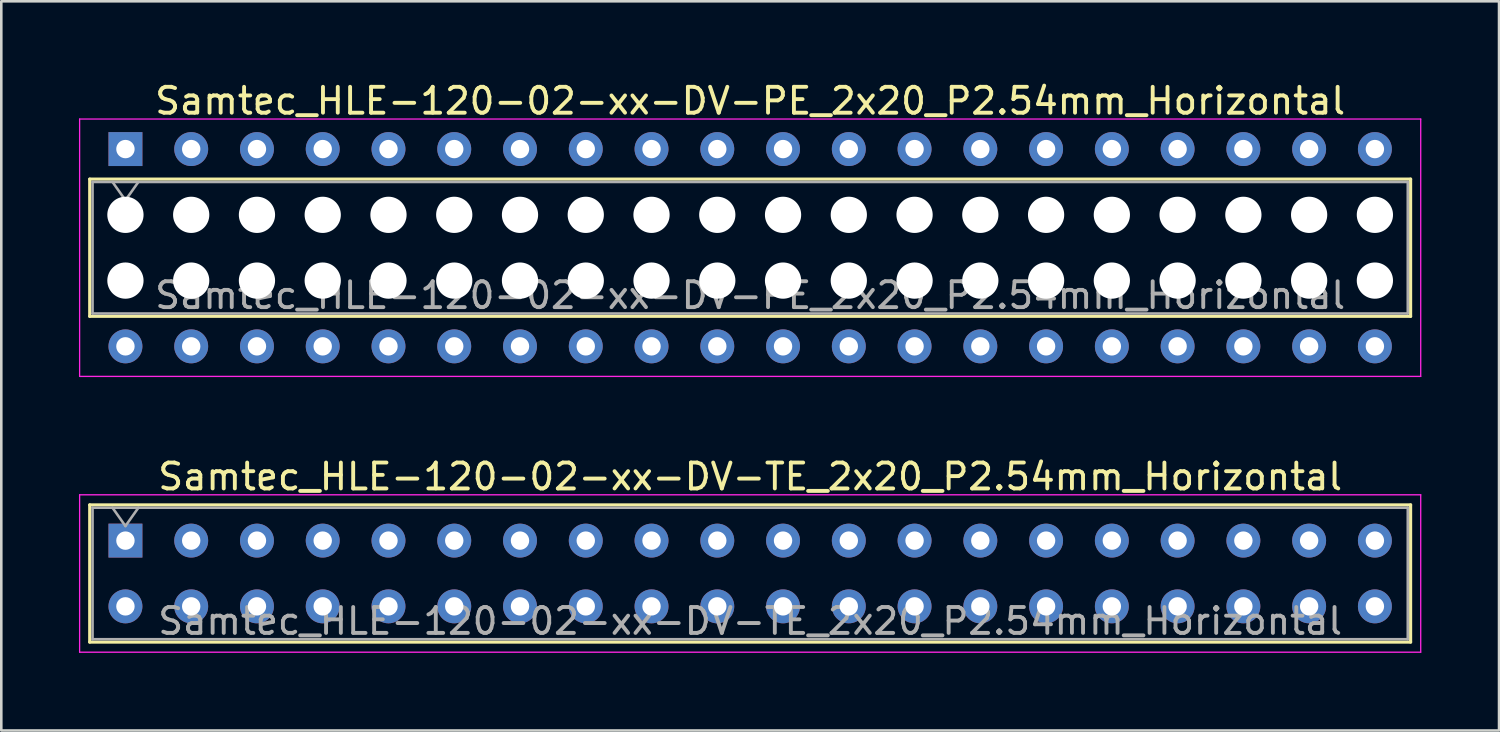
<source format=kicad_pcb>
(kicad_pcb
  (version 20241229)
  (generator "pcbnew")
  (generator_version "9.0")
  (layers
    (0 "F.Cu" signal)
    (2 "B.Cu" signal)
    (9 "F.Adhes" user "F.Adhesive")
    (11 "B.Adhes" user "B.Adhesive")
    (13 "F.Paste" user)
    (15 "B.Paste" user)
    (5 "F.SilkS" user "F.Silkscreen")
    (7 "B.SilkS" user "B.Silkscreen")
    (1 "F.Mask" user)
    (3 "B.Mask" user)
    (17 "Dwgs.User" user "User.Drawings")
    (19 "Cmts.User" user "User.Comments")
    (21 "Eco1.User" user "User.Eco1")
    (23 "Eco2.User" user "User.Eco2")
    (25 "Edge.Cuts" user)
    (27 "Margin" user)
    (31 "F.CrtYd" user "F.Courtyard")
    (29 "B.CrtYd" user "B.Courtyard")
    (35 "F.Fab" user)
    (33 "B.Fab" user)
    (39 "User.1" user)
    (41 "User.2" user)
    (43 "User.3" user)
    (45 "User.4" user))
  (footprint "Samtec_HLE-120-02-xx-DV-TE_2x20_P2.54mm_Horizontal"
    (layer "F.Cu")
    (at 1.795 17.831)
    (property "Reference" "Samtec_HLE-120-02-xx-DV-TE_2x20_P2.54mm_Horizontal" (at 24.13 -2.47 0) (layer "F.SilkS") (effects (font (size 1 1) (thickness 0.15))))
    (attr through_hole)
    (fp_line (start -1.38 -1.38) (end 49.64 -1.38) (stroke (width 0.12) (type solid)) (layer "F.SilkS"))
    (fp_line (start -1.38 3.92) (end -1.38 -1.38) (stroke (width 0.12) (type solid)) (layer "F.SilkS"))
    (fp_line (start 49.64 -1.38) (end 49.64 3.92) (stroke (width 0.12) (type solid)) (layer "F.SilkS"))
    (fp_line (start 49.64 3.92) (end -1.38 3.92) (stroke (width 0.12) (type solid)) (layer "F.SilkS"))
    (fp_line (start -1.77 -1.77) (end 50.03 -1.77) (stroke (width 0.05) (type solid)) (layer "F.CrtYd"))
    (fp_line (start -1.77 4.31) (end -1.77 -1.77) (stroke (width 0.05) (type solid)) (layer "F.CrtYd"))
    (fp_line (start 50.03 -1.77) (end 50.03 4.31) (stroke (width 0.05) (type solid)) (layer "F.CrtYd"))
    (fp_line (start 50.03 4.31) (end -1.77 4.31) (stroke (width 0.05) (type solid)) (layer "F.CrtYd"))
    (fp_line (start -1.27 -1.27) (end 49.53 -1.27) (stroke (width 0.1) (type solid)) (layer "F.Fab"))
    (fp_line (start -1.27 3.81) (end -1.27 -1.27) (stroke (width 0.1) (type solid)) (layer "F.Fab"))
    (fp_line (start -0.5 -1.27) (end 0 -0.563) (stroke (width 0.1) (type solid)) (layer "F.Fab"))
    (fp_line (start 0 -0.563) (end 0.5 -1.27) (stroke (width 0.1) (type solid)) (layer "F.Fab"))
    (fp_line (start 49.53 -1.27) (end 49.53 3.81) (stroke (width 0.1) (type solid)) (layer "F.Fab"))
    (fp_line (start 49.53 3.81) (end -1.27 3.81) (stroke (width 0.1) (type solid)) (layer "F.Fab"))
    (fp_text user "${REFERENCE}" (at 24.13 3.11 0) (layer "F.Fab") (effects (font (size 1 1) (thickness 0.15))))
    (pad "1" thru_hole rect (at 0 0) (size 1.31 1.31) (drill 0.71) (layers "*.Cu" "*.Mask"))
    (pad "2" thru_hole circle (at 0 2.54) (size 1.31 1.31) (drill 0.71) (layers "*.Cu" "*.Mask"))
    (pad "3" thru_hole circle (at 2.54 0) (size 1.31 1.31) (drill 0.71) (layers "*.Cu" "*.Mask"))
    (pad "4" thru_hole circle (at 2.54 2.54) (size 1.31 1.31) (drill 0.71) (layers "*.Cu" "*.Mask"))
    (pad "5" thru_hole circle (at 5.08 0) (size 1.31 1.31) (drill 0.71) (layers "*.Cu" "*.Mask"))
    (pad "6" thru_hole circle (at 5.08 2.54) (size 1.31 1.31) (drill 0.71) (layers "*.Cu" "*.Mask"))
    (pad "7" thru_hole circle (at 7.62 0) (size 1.31 1.31) (drill 0.71) (layers "*.Cu" "*.Mask"))
    (pad "8" thru_hole circle (at 7.62 2.54) (size 1.31 1.31) (drill 0.71) (layers "*.Cu" "*.Mask"))
    (pad "9" thru_hole circle (at 10.16 0) (size 1.31 1.31) (drill 0.71) (layers "*.Cu" "*.Mask"))
    (pad "10" thru_hole circle (at 10.16 2.54) (size 1.31 1.31) (drill 0.71) (layers "*.Cu" "*.Mask"))
    (pad "11" thru_hole circle (at 12.7 0) (size 1.31 1.31) (drill 0.71) (layers "*.Cu" "*.Mask"))
    (pad "12" thru_hole circle (at 12.7 2.54) (size 1.31 1.31) (drill 0.71) (layers "*.Cu" "*.Mask"))
    (pad "13" thru_hole circle (at 15.24 0) (size 1.31 1.31) (drill 0.71) (layers "*.Cu" "*.Mask"))
    (pad "14" thru_hole circle (at 15.24 2.54) (size 1.31 1.31) (drill 0.71) (layers "*.Cu" "*.Mask"))
    (pad "15" thru_hole circle (at 17.78 0) (size 1.31 1.31) (drill 0.71) (layers "*.Cu" "*.Mask"))
    (pad "16" thru_hole circle (at 17.78 2.54) (size 1.31 1.31) (drill 0.71) (layers "*.Cu" "*.Mask"))
    (pad "17" thru_hole circle (at 20.32 0) (size 1.31 1.31) (drill 0.71) (layers "*.Cu" "*.Mask"))
    (pad "18" thru_hole circle (at 20.32 2.54) (size 1.31 1.31) (drill 0.71) (layers "*.Cu" "*.Mask"))
    (pad "19" thru_hole circle (at 22.86 0) (size 1.31 1.31) (drill 0.71) (layers "*.Cu" "*.Mask"))
    (pad "20" thru_hole circle (at 22.86 2.54) (size 1.31 1.31) (drill 0.71) (layers "*.Cu" "*.Mask"))
    (pad "21" thru_hole circle (at 25.4 0) (size 1.31 1.31) (drill 0.71) (layers "*.Cu" "*.Mask"))
    (pad "22" thru_hole circle (at 25.4 2.54) (size 1.31 1.31) (drill 0.71) (layers "*.Cu" "*.Mask"))
    (pad "23" thru_hole circle (at 27.94 0) (size 1.31 1.31) (drill 0.71) (layers "*.Cu" "*.Mask"))
    (pad "24" thru_hole circle (at 27.94 2.54) (size 1.31 1.31) (drill 0.71) (layers "*.Cu" "*.Mask"))
    (pad "25" thru_hole circle (at 30.48 0) (size 1.31 1.31) (drill 0.71) (layers "*.Cu" "*.Mask"))
    (pad "26" thru_hole circle (at 30.48 2.54) (size 1.31 1.31) (drill 0.71) (layers "*.Cu" "*.Mask"))
    (pad "27" thru_hole circle (at 33.02 0) (size 1.31 1.31) (drill 0.71) (layers "*.Cu" "*.Mask"))
    (pad "28" thru_hole circle (at 33.02 2.54) (size 1.31 1.31) (drill 0.71) (layers "*.Cu" "*.Mask"))
    (pad "29" thru_hole circle (at 35.56 0) (size 1.31 1.31) (drill 0.71) (layers "*.Cu" "*.Mask"))
    (pad "30" thru_hole circle (at 35.56 2.54) (size 1.31 1.31) (drill 0.71) (layers "*.Cu" "*.Mask"))
    (pad "31" thru_hole circle (at 38.1 0) (size 1.31 1.31) (drill 0.71) (layers "*.Cu" "*.Mask"))
    (pad "32" thru_hole circle (at 38.1 2.54) (size 1.31 1.31) (drill 0.71) (layers "*.Cu" "*.Mask"))
    (pad "33" thru_hole circle (at 40.64 0) (size 1.31 1.31) (drill 0.71) (layers "*.Cu" "*.Mask"))
    (pad "34" thru_hole circle (at 40.64 2.54) (size 1.31 1.31) (drill 0.71) (layers "*.Cu" "*.Mask"))
    (pad "35" thru_hole circle (at 43.18 0) (size 1.31 1.31) (drill 0.71) (layers "*.Cu" "*.Mask"))
    (pad "36" thru_hole circle (at 43.18 2.54) (size 1.31 1.31) (drill 0.71) (layers "*.Cu" "*.Mask"))
    (pad "37" thru_hole circle (at 45.72 0) (size 1.31 1.31) (drill 0.71) (layers "*.Cu" "*.Mask"))
    (pad "38" thru_hole circle (at 45.72 2.54) (size 1.31 1.31) (drill 0.71) (layers "*.Cu" "*.Mask"))
    (pad "39" thru_hole circle (at 48.26 0) (size 1.31 1.31) (drill 0.71) (layers "*.Cu" "*.Mask"))
    (pad "40" thru_hole circle (at 48.26 2.54) (size 1.31 1.31) (drill 0.71) (layers "*.Cu" "*.Mask")))
  (footprint "Samtec_HLE-120-02-xx-DV-PE_2x20_P2.54mm_Horizontal"
    (layer "F.Cu")
    (at 1.795 2.708)
    (property "Reference" "Samtec_HLE-120-02-xx-DV-PE_2x20_P2.54mm_Horizontal" (at 24.13 -1.86 0) (layer "F.SilkS") (effects (font (size 1 1) (thickness 0.15))))
    (attr through_hole)
    (fp_line (start -1.38 1.16) (end 49.64 1.16) (stroke (width 0.12) (type solid)) (layer "F.SilkS"))
    (fp_line (start -1.38 6.46) (end -1.38 1.16) (stroke (width 0.12) (type solid)) (layer "F.SilkS"))
    (fp_line (start 49.64 1.16) (end 49.64 6.46) (stroke (width 0.12) (type solid)) (layer "F.SilkS"))
    (fp_line (start 49.64 6.46) (end -1.38 6.46) (stroke (width 0.12) (type solid)) (layer "F.SilkS"))
    (fp_line (start -1.77 -1.16) (end 50.03 -1.16) (stroke (width 0.05) (type solid)) (layer "F.CrtYd"))
    (fp_line (start -1.77 8.78) (end -1.77 -1.16) (stroke (width 0.05) (type solid)) (layer "F.CrtYd"))
    (fp_line (start 50.03 -1.16) (end 50.03 8.78) (stroke (width 0.05) (type solid)) (layer "F.CrtYd"))
    (fp_line (start 50.03 8.78) (end -1.77 8.78) (stroke (width 0.05) (type solid)) (layer "F.CrtYd"))
    (fp_line (start -1.27 1.27) (end 49.53 1.27) (stroke (width 0.1) (type solid)) (layer "F.Fab"))
    (fp_line (start -1.27 6.35) (end -1.27 1.27) (stroke (width 0.1) (type solid)) (layer "F.Fab"))
    (fp_line (start -0.5 1.27) (end 0 1.977) (stroke (width 0.1) (type solid)) (layer "F.Fab"))
    (fp_line (start 0 1.977) (end 0.5 1.27) (stroke (width 0.1) (type solid)) (layer "F.Fab"))
    (fp_line (start 49.53 1.27) (end 49.53 6.35) (stroke (width 0.1) (type solid)) (layer "F.Fab"))
    (fp_line (start 49.53 6.35) (end -1.27 6.35) (stroke (width 0.1) (type solid)) (layer "F.Fab"))
    (fp_text user "${REFERENCE}" (at 24.13 5.65 0) (layer "F.Fab") (effects (font (size 1 1) (thickness 0.15))))
    (pad "" np_thru_hole circle (at 0 2.54) (size 1.4 1.4) (drill 1.4) (layers "*.Cu" "*.Mask"))
    (pad "" np_thru_hole circle (at 0 5.08) (size 1.4 1.4) (drill 1.4) (layers "*.Cu" "*.Mask"))
    (pad "" np_thru_hole circle (at 2.54 2.54) (size 1.4 1.4) (drill 1.4) (layers "*.Cu" "*.Mask"))
    (pad "" np_thru_hole circle (at 2.54 5.08) (size 1.4 1.4) (drill 1.4) (layers "*.Cu" "*.Mask"))
    (pad "" np_thru_hole circle (at 5.08 2.54) (size 1.4 1.4) (drill 1.4) (layers "*.Cu" "*.Mask"))
    (pad "" np_thru_hole circle (at 5.08 5.08) (size 1.4 1.4) (drill 1.4) (layers "*.Cu" "*.Mask"))
    (pad "" np_thru_hole circle (at 7.62 2.54) (size 1.4 1.4) (drill 1.4) (layers "*.Cu" "*.Mask"))
    (pad "" np_thru_hole circle (at 7.62 5.08) (size 1.4 1.4) (drill 1.4) (layers "*.Cu" "*.Mask"))
    (pad "" np_thru_hole circle (at 10.16 2.54) (size 1.4 1.4) (drill 1.4) (layers "*.Cu" "*.Mask"))
    (pad "" np_thru_hole circle (at 10.16 5.08) (size 1.4 1.4) (drill 1.4) (layers "*.Cu" "*.Mask"))
    (pad "" np_thru_hole circle (at 12.7 2.54) (size 1.4 1.4) (drill 1.4) (layers "*.Cu" "*.Mask"))
    (pad "" np_thru_hole circle (at 12.7 5.08) (size 1.4 1.4) (drill 1.4) (layers "*.Cu" "*.Mask"))
    (pad "" np_thru_hole circle (at 15.24 2.54) (size 1.4 1.4) (drill 1.4) (layers "*.Cu" "*.Mask"))
    (pad "" np_thru_hole circle (at 15.24 5.08) (size 1.4 1.4) (drill 1.4) (layers "*.Cu" "*.Mask"))
    (pad "" np_thru_hole circle (at 17.78 2.54) (size 1.4 1.4) (drill 1.4) (layers "*.Cu" "*.Mask"))
    (pad "" np_thru_hole circle (at 17.78 5.08) (size 1.4 1.4) (drill 1.4) (layers "*.Cu" "*.Mask"))
    (pad "" np_thru_hole circle (at 20.32 2.54) (size 1.4 1.4) (drill 1.4) (layers "*.Cu" "*.Mask"))
    (pad "" np_thru_hole circle (at 20.32 5.08) (size 1.4 1.4) (drill 1.4) (layers "*.Cu" "*.Mask"))
    (pad "" np_thru_hole circle (at 22.86 2.54) (size 1.4 1.4) (drill 1.4) (layers "*.Cu" "*.Mask"))
    (pad "" np_thru_hole circle (at 22.86 5.08) (size 1.4 1.4) (drill 1.4) (layers "*.Cu" "*.Mask"))
    (pad "" np_thru_hole circle (at 25.4 2.54) (size 1.4 1.4) (drill 1.4) (layers "*.Cu" "*.Mask"))
    (pad "" np_thru_hole circle (at 25.4 5.08) (size 1.4 1.4) (drill 1.4) (layers "*.Cu" "*.Mask"))
    (pad "" np_thru_hole circle (at 27.94 2.54) (size 1.4 1.4) (drill 1.4) (layers "*.Cu" "*.Mask"))
    (pad "" np_thru_hole circle (at 27.94 5.08) (size 1.4 1.4) (drill 1.4) (layers "*.Cu" "*.Mask"))
    (pad "" np_thru_hole circle (at 30.48 2.54) (size 1.4 1.4) (drill 1.4) (layers "*.Cu" "*.Mask"))
    (pad "" np_thru_hole circle (at 30.48 5.08) (size 1.4 1.4) (drill 1.4) (layers "*.Cu" "*.Mask"))
    (pad "" np_thru_hole circle (at 33.02 2.54) (size 1.4 1.4) (drill 1.4) (layers "*.Cu" "*.Mask"))
    (pad "" np_thru_hole circle (at 33.02 5.08) (size 1.4 1.4) (drill 1.4) (layers "*.Cu" "*.Mask"))
    (pad "" np_thru_hole circle (at 35.56 2.54) (size 1.4 1.4) (drill 1.4) (layers "*.Cu" "*.Mask"))
    (pad "" np_thru_hole circle (at 35.56 5.08) (size 1.4 1.4) (drill 1.4) (layers "*.Cu" "*.Mask"))
    (pad "" np_thru_hole circle (at 38.1 2.54) (size 1.4 1.4) (drill 1.4) (layers "*.Cu" "*.Mask"))
    (pad "" np_thru_hole circle (at 38.1 5.08) (size 1.4 1.4) (drill 1.4) (layers "*.Cu" "*.Mask"))
    (pad "" np_thru_hole circle (at 40.64 2.54) (size 1.4 1.4) (drill 1.4) (layers "*.Cu" "*.Mask"))
    (pad "" np_thru_hole circle (at 40.64 5.08) (size 1.4 1.4) (drill 1.4) (layers "*.Cu" "*.Mask"))
    (pad "" np_thru_hole circle (at 43.18 2.54) (size 1.4 1.4) (drill 1.4) (layers "*.Cu" "*.Mask"))
    (pad "" np_thru_hole circle (at 43.18 5.08) (size 1.4 1.4) (drill 1.4) (layers "*.Cu" "*.Mask"))
    (pad "" np_thru_hole circle (at 45.72 2.54) (size 1.4 1.4) (drill 1.4) (layers "*.Cu" "*.Mask"))
    (pad "" np_thru_hole circle (at 45.72 5.08) (size 1.4 1.4) (drill 1.4) (layers "*.Cu" "*.Mask"))
    (pad "" np_thru_hole circle (at 48.26 2.54) (size 1.4 1.4) (drill 1.4) (layers "*.Cu" "*.Mask"))
    (pad "" np_thru_hole circle (at 48.26 5.08) (size 1.4 1.4) (drill 1.4) (layers "*.Cu" "*.Mask"))
    (pad "1" thru_hole rect (at 0 0) (size 1.31 1.31) (drill 0.71) (layers "*.Cu" "*.Mask"))
    (pad "2" thru_hole circle (at 0 7.62) (size 1.31 1.31) (drill 0.71) (layers "*.Cu" "*.Mask"))
    (pad "3" thru_hole circle (at 2.54 0) (size 1.31 1.31) (drill 0.71) (layers "*.Cu" "*.Mask"))
    (pad "4" thru_hole circle (at 2.54 7.62) (size 1.31 1.31) (drill 0.71) (layers "*.Cu" "*.Mask"))
    (pad "5" thru_hole circle (at 5.08 0) (size 1.31 1.31) (drill 0.71) (layers "*.Cu" "*.Mask"))
    (pad "6" thru_hole circle (at 5.08 7.62) (size 1.31 1.31) (drill 0.71) (layers "*.Cu" "*.Mask"))
    (pad "7" thru_hole circle (at 7.62 0) (size 1.31 1.31) (drill 0.71) (layers "*.Cu" "*.Mask"))
    (pad "8" thru_hole circle (at 7.62 7.62) (size 1.31 1.31) (drill 0.71) (layers "*.Cu" "*.Mask"))
    (pad "9" thru_hole circle (at 10.16 0) (size 1.31 1.31) (drill 0.71) (layers "*.Cu" "*.Mask"))
    (pad "10" thru_hole circle (at 10.16 7.62) (size 1.31 1.31) (drill 0.71) (layers "*.Cu" "*.Mask"))
    (pad "11" thru_hole circle (at 12.7 0) (size 1.31 1.31) (drill 0.71) (layers "*.Cu" "*.Mask"))
    (pad "12" thru_hole circle (at 12.7 7.62) (size 1.31 1.31) (drill 0.71) (layers "*.Cu" "*.Mask"))
    (pad "13" thru_hole circle (at 15.24 0) (size 1.31 1.31) (drill 0.71) (layers "*.Cu" "*.Mask"))
    (pad "14" thru_hole circle (at 15.24 7.62) (size 1.31 1.31) (drill 0.71) (layers "*.Cu" "*.Mask"))
    (pad "15" thru_hole circle (at 17.78 0) (size 1.31 1.31) (drill 0.71) (layers "*.Cu" "*.Mask"))
    (pad "16" thru_hole circle (at 17.78 7.62) (size 1.31 1.31) (drill 0.71) (layers "*.Cu" "*.Mask"))
    (pad "17" thru_hole circle (at 20.32 0) (size 1.31 1.31) (drill 0.71) (layers "*.Cu" "*.Mask"))
    (pad "18" thru_hole circle (at 20.32 7.62) (size 1.31 1.31) (drill 0.71) (layers "*.Cu" "*.Mask"))
    (pad "19" thru_hole circle (at 22.86 0) (size 1.31 1.31) (drill 0.71) (layers "*.Cu" "*.Mask"))
    (pad "20" thru_hole circle (at 22.86 7.62) (size 1.31 1.31) (drill 0.71) (layers "*.Cu" "*.Mask"))
    (pad "21" thru_hole circle (at 25.4 0) (size 1.31 1.31) (drill 0.71) (layers "*.Cu" "*.Mask"))
    (pad "22" thru_hole circle (at 25.4 7.62) (size 1.31 1.31) (drill 0.71) (layers "*.Cu" "*.Mask"))
    (pad "23" thru_hole circle (at 27.94 0) (size 1.31 1.31) (drill 0.71) (layers "*.Cu" "*.Mask"))
    (pad "24" thru_hole circle (at 27.94 7.62) (size 1.31 1.31) (drill 0.71) (layers "*.Cu" "*.Mask"))
    (pad "25" thru_hole circle (at 30.48 0) (size 1.31 1.31) (drill 0.71) (layers "*.Cu" "*.Mask"))
    (pad "26" thru_hole circle (at 30.48 7.62) (size 1.31 1.31) (drill 0.71) (layers "*.Cu" "*.Mask"))
    (pad "27" thru_hole circle (at 33.02 0) (size 1.31 1.31) (drill 0.71) (layers "*.Cu" "*.Mask"))
    (pad "28" thru_hole circle (at 33.02 7.62) (size 1.31 1.31) (drill 0.71) (layers "*.Cu" "*.Mask"))
    (pad "29" thru_hole circle (at 35.56 0) (size 1.31 1.31) (drill 0.71) (layers "*.Cu" "*.Mask"))
    (pad "30" thru_hole circle (at 35.56 7.62) (size 1.31 1.31) (drill 0.71) (layers "*.Cu" "*.Mask"))
    (pad "31" thru_hole circle (at 38.1 0) (size 1.31 1.31) (drill 0.71) (layers "*.Cu" "*.Mask"))
    (pad "32" thru_hole circle (at 38.1 7.62) (size 1.31 1.31) (drill 0.71) (layers "*.Cu" "*.Mask"))
    (pad "33" thru_hole circle (at 40.64 0) (size 1.31 1.31) (drill 0.71) (layers "*.Cu" "*.Mask"))
    (pad "34" thru_hole circle (at 40.64 7.62) (size 1.31 1.31) (drill 0.71) (layers "*.Cu" "*.Mask"))
    (pad "35" thru_hole circle (at 43.18 0) (size 1.31 1.31) (drill 0.71) (layers "*.Cu" "*.Mask"))
    (pad "36" thru_hole circle (at 43.18 7.62) (size 1.31 1.31) (drill 0.71) (layers "*.Cu" "*.Mask"))
    (pad "37" thru_hole circle (at 45.72 0) (size 1.31 1.31) (drill 0.71) (layers "*.Cu" "*.Mask"))
    (pad "38" thru_hole circle (at 45.72 7.62) (size 1.31 1.31) (drill 0.71) (layers "*.Cu" "*.Mask"))
    (pad "39" thru_hole circle (at 48.26 0) (size 1.31 1.31) (drill 0.71) (layers "*.Cu" "*.Mask"))
    (pad "40" thru_hole circle (at 48.26 7.62) (size 1.31 1.31) (drill 0.71) (layers "*.Cu" "*.Mask")))
  (gr_rect
    (start -3 -3)
    (end 54.85 25.166)
    (stroke (width 0.1) (type default))
    (fill no)
    (layer "Edge.Cuts")))
</source>
